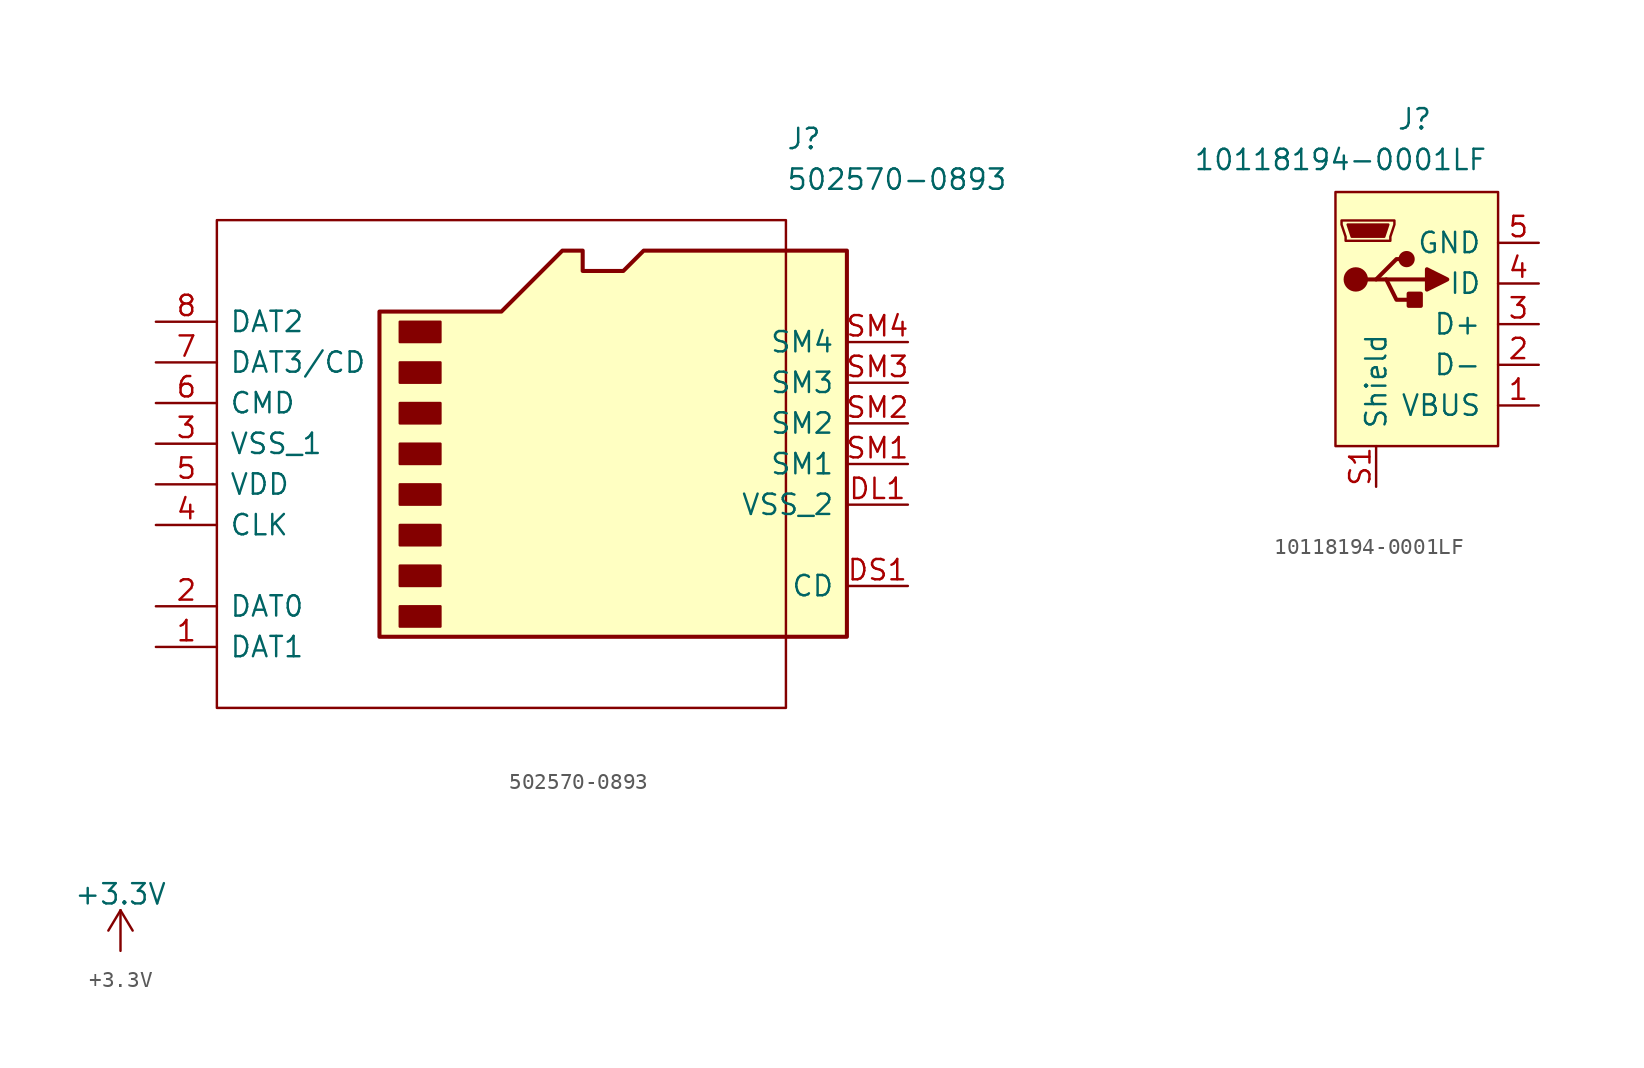
<source format=kicad_sym>
(kicad_symbol_lib
  (version 20211014)
  (generator kicad_symbol_editor)
  (symbol "502570-0893"
    (pin_names
      (offset 0.762))
    (property "Reference" "J"
      (at 39.37 7.62 0)
      (effects (font (size 1.27 1.27)) (justify left)))
    (property "Value" "502570-0893"
      (at 39.37 5.08 0)
      (effects (font (size 1.27 1.27)) (justify left)))
    (symbol "502570-0893_1_1"
      (polyline (pts (xy 13.97 -23.495) (xy 13.97 -3.175) (xy 21.59 -3.175) (xy 25.4 0.635) (xy 26.67 0.635) (xy 26.67 -0.635) (xy 29.21 -0.635) (xy 30.48 0.635) (xy 43.18 0.635) (xy 43.18 -23.495) (xy 13.97 -23.495)) (stroke (width 0.254) (type default) (color 0 0 0 0)) (fill (type background)))
      (rectangle (start 3.81 2.54) (end 39.37 -27.94) (stroke (width 0) (type default) (color 0 0 0 0)) (fill (type none)))
      (rectangle (start 15.24 -21.59) (end 17.78 -22.86) (stroke (width 0) (type default) (color 0 0 0 0)) (fill (type outline)))
      (rectangle (start 15.24 -19.05) (end 17.78 -20.32) (stroke (width 0) (type default) (color 0 0 0 0)) (fill (type outline)))
      (rectangle (start 15.24 -16.51) (end 17.78 -17.78) (stroke (width 0) (type default) (color 0 0 0 0)) (fill (type outline)))
      (rectangle (start 15.24 -13.97) (end 17.78 -15.24) (stroke (width 0) (type default) (color 0 0 0 0)) (fill (type outline)))
      (rectangle (start 15.24 -11.43) (end 17.78 -12.7) (stroke (width 0) (type default) (color 0 0 0 0)) (fill (type outline)))
      (rectangle (start 15.24 -8.89) (end 17.78 -10.16) (stroke (width 0) (type default) (color 0 0 0 0)) (fill (type outline)))
      (rectangle (start 15.24 -6.35) (end 17.78 -7.62) (stroke (width 0) (type default) (color 0 0 0 0)) (fill (type outline)))
      (rectangle (start 15.24 -3.81) (end 17.78 -5.08) (stroke (width 0) (type default) (color 0 0 0 0)) (fill (type outline)))
      (pin bidirectional line (at 0 -24.13 0) (length 3.81) (name "DAT1" (effects (font (size 1.27 1.27)))) (number "1" (effects (font (size 1.27 1.27)))))
      (pin bidirectional line (at 0 -21.59 0) (length 3.81) (name "DAT0" (effects (font (size 1.27 1.27)))) (number "2" (effects (font (size 1.27 1.27)))))
      (pin power_in line (at 0 -11.43 0) (length 3.81) (name "VSS_1" (effects (font (size 1.27 1.27)))) (number "3" (effects (font (size 1.27 1.27)))))
      (pin input line (at 0 -16.51 0) (length 3.81) (name "CLK" (effects (font (size 1.27 1.27)))) (number "4" (effects (font (size 1.27 1.27)))))
      (pin power_in line (at 0 -13.97 0) (length 3.81) (name "VDD" (effects (font (size 1.27 1.27)))) (number "5" (effects (font (size 1.27 1.27)))))
      (pin input line (at 0 -8.89 0) (length 3.81) (name "CMD" (effects (font (size 1.27 1.27)))) (number "6" (effects (font (size 1.27 1.27)))))
      (pin bidirectional line (at 0 -6.35 0) (length 3.81) (name "DAT3/CD" (effects (font (size 1.27 1.27)))) (number "7" (effects (font (size 1.27 1.27)))))
      (pin bidirectional line (at 0 -3.81 0) (length 3.81) (name "DAT2" (effects (font (size 1.27 1.27)))) (number "8" (effects (font (size 1.27 1.27)))))
      (pin power_in line (at 46.99 -15.24 180) (length 3.81) (name "VSS_2" (effects (font (size 1.27 1.27)))) (number "DL1" (effects (font (size 1.27 1.27)))))
      (pin passive line (at 46.99 -20.32 180) (length 3.81) (name "CD" (effects (font (size 1.27 1.27)))) (number "DS1" (effects (font (size 1.27 1.27)))))
      (pin passive line (at 46.99 -12.7 180) (length 3.81) (name "SM1" (effects (font (size 1.27 1.27)))) (number "SM1" (effects (font (size 1.27 1.27)))))
      (pin passive line (at 46.99 -10.16 180) (length 3.81) (name "SM2" (effects (font (size 1.27 1.27)))) (number "SM2" (effects (font (size 1.27 1.27)))))
      (pin passive line (at 46.99 -7.62 180) (length 3.81) (name "SM3" (effects (font (size 1.27 1.27)))) (number "SM3" (effects (font (size 1.27 1.27)))))
      (pin passive line (at 46.99 -5.08 180) (length 3.81) (name "SM4" (effects (font (size 1.27 1.27)))) (number "SM4" (effects (font (size 1.27 1.27)))))))
  (symbol "10118194-0001LF"
    (pin_names
      (offset 1.016))
    (property "Reference" "J"
      (at -8.89 6.985 0)
      (effects (font (size 1.27 1.27)) (justify left bottom)))
    (property "Value" "10118194-0001LF"
      (at -21.59 4.445 0)
      (effects (font (size 1.27 1.27)) (justify left bottom)))
    (symbol "10118194-0001LF_1_1"
      (rectangle (start -12.7 3.175) (end -2.54 -12.7) (stroke (width 0) (type default) (color 0 0 0 0)) (fill (type background)))
      (circle (center -11.43 -2.286) (radius 0.635) (stroke (width 0.254) (type default) (color 0 0 0 0)) (fill (type outline)))
      (circle (center -8.255 -1.016) (radius 0.381) (stroke (width 0.254) (type default) (color 0 0 0 0)) (fill (type outline)))
      (rectangle (start -7.366 -3.175) (end -8.128 -3.937) (stroke (width 0.254) (type default) (color 0 0 0 0)) (fill (type outline)))
      (polyline (pts (xy -9.525 -2.286) (xy -6.985 -2.286)) (stroke (width 0.254) (type default) (color 0 0 0 0)) (fill (type none)))
      (polyline (pts (xy -10.795 -2.286) (xy -10.16 -2.286) (xy -8.89 -1.016) (xy -8.255 -1.016)) (stroke (width 0.254) (type default) (color 0 0 0 0)) (fill (type none)))
      (polyline (pts (xy -10.16 -2.286) (xy -9.525 -2.286) (xy -8.89 -3.556) (xy -7.62 -3.556)) (stroke (width 0.254) (type default) (color 0 0 0 0)) (fill (type none)))
      (polyline (pts (xy -6.985 -1.651) (xy -6.985 -2.921) (xy -5.715 -2.286) (xy -6.985 -1.651)) (stroke (width 0.254) (type default) (color 0 0 0 0)) (fill (type outline)))
      (polyline (pts (xy -11.938 1.143) (xy -9.398 1.143) (xy -9.652 0.381) (xy -11.684 0.381) (xy -11.938 1.143)) (stroke (width 0) (type default) (color 0 0 0 0)) (fill (type outline)))
      (polyline (pts (xy -12.319 1.397) (xy -12.319 1.143) (xy -12.065 0.381) (xy -12.065 0.127) (xy -9.271 0.127) (xy -9.271 0.381) (xy -9.017 1.143) (xy -9.017 1.397) (xy -12.319 1.397)) (stroke (width 0) (type default) (color 0 0 0 0)) (fill (type none)))
      (pin power_out line (at 0 -10.16 180) (length 2.54) (name "VBUS" (effects (font (size 1.27 1.27)))) (number "1" (effects (font (size 1.27 1.27)))))
      (pin bidirectional line (at 0 -7.62 180) (length 2.54) (name "D-" (effects (font (size 1.27 1.27)))) (number "2" (effects (font (size 1.27 1.27)))))
      (pin bidirectional line (at 0 -5.08 180) (length 2.54) (name "D+" (effects (font (size 1.27 1.27)))) (number "3" (effects (font (size 1.27 1.27)))))
      (pin passive line (at 0 -2.54 180) (length 2.54) (name "ID" (effects (font (size 1.27 1.27)))) (number "4" (effects (font (size 1.27 1.27)))))
      (pin power_out line (at 0 0 180) (length 2.54) (name "GND" (effects (font (size 1.27 1.27)))) (number "5" (effects (font (size 1.27 1.27)))))
      (pin passive line (at -10.16 -15.24 90) (length 2.54) (name "Shield" (effects (font (size 1.27 1.27)))) (number "S1" (effects (font (size 1.27 1.27)))))))
  (symbol "+3.3V"
    (power)
    (pin_names
      (offset 0))
    (property "Reference" "#PWR"
      (at 0 -3.81 0)
      (effects (font (size 1.27 1.27)) hide))
    (property "Value" "+3.3V"
      (at 0 3.556 0)
      (effects (font (size 1.27 1.27))))
    (symbol "+3.3V_0_1"
      (polyline (pts (xy -0.762 1.27) (xy 0 2.54)) (stroke (width 0) (type default) (color 0 0 0 0)) (fill (type none)))
      (polyline (pts (xy 0 0) (xy 0 2.54)) (stroke (width 0) (type default) (color 0 0 0 0)) (fill (type none)))
      (polyline (pts (xy 0 2.54) (xy 0.762 1.27)) (stroke (width 0) (type default) (color 0 0 0 0)) (fill (type none))))
    (symbol "+3.3V_1_1"
      (pin power_in line (at 0 0 90) (length 0) hide (name "+3V3_USB" (effects (font (size 1.27 1.27)))) (number "1" (effects (font (size 1.27 1.27))))))))
</source>
